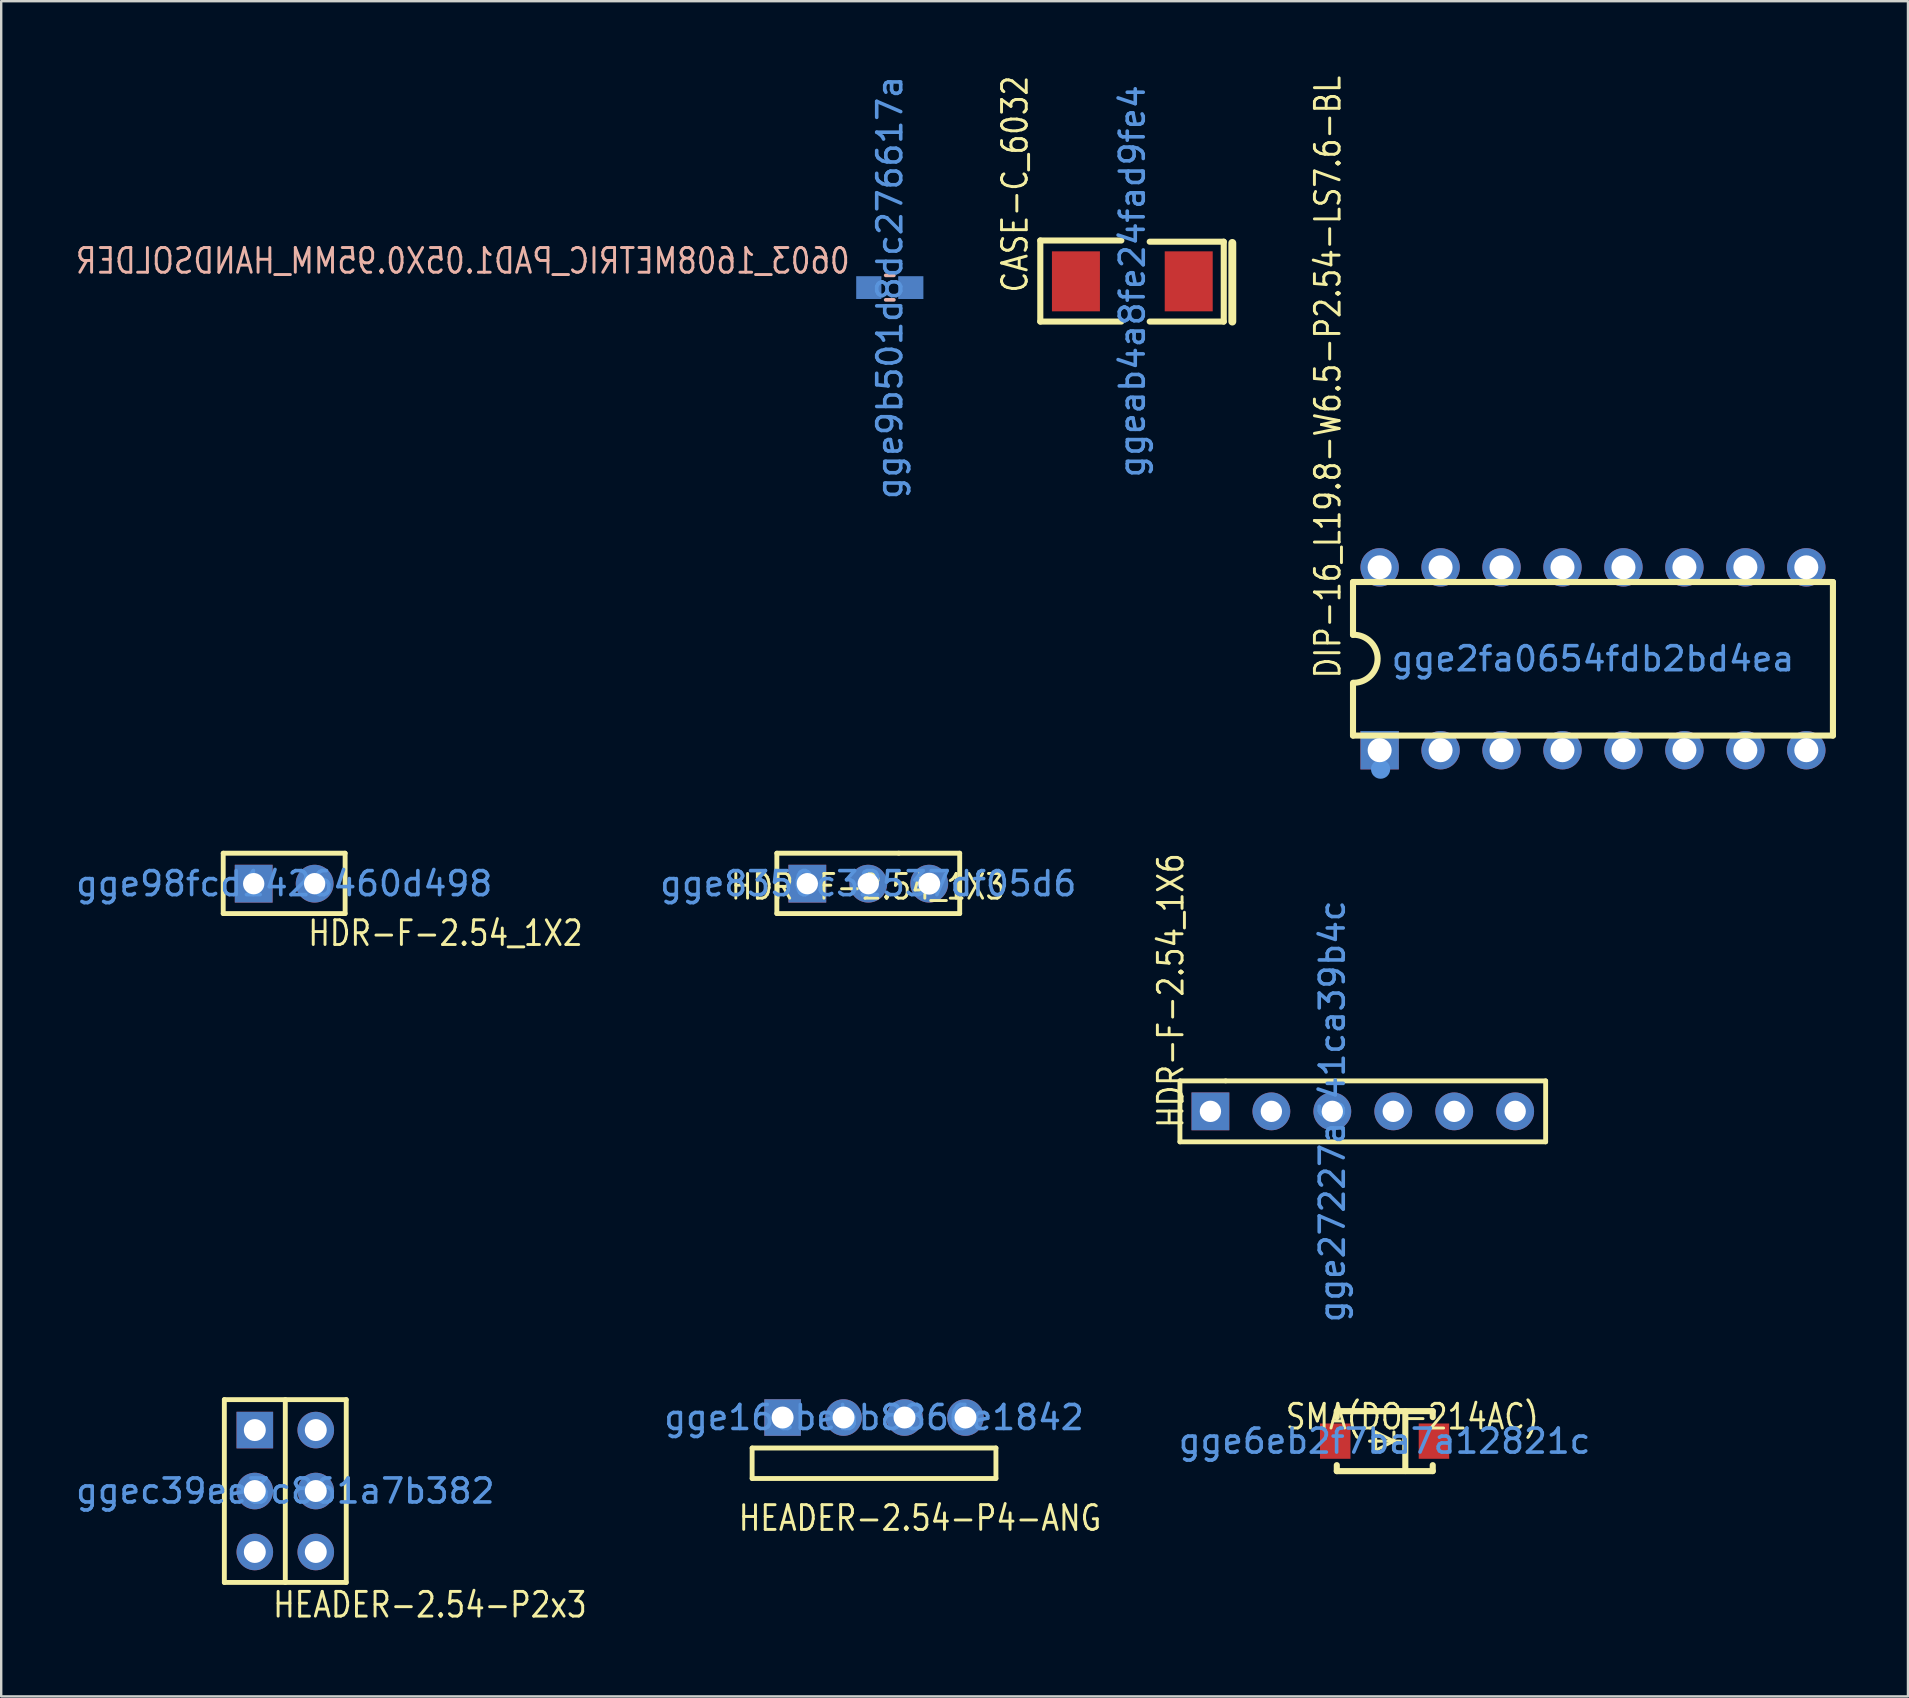
<source format=kicad_pcb>
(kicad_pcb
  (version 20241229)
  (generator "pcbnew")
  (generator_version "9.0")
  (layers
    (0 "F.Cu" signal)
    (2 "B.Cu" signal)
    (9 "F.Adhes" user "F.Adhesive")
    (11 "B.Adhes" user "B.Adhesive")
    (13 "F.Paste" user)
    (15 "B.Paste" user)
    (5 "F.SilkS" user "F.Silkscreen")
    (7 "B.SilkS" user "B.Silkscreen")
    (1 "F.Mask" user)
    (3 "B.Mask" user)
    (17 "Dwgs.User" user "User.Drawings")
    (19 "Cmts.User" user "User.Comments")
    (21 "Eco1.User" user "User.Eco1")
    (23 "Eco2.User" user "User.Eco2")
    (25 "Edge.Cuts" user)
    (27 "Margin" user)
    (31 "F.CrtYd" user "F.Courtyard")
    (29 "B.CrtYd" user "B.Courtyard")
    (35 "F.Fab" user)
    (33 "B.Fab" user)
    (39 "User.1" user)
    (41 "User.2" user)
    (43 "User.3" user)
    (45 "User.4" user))
  (footprint "DIP-16_L19.8-W6.5-P2.54-LS7.6-BL"
    (layer "F.Cu")
    (at 63.333 24.403)
    (property "Reference" "DIP-16_L19.8-W6.5-P2.54-LS7.6-BL" (at -11.049 0.889 90) (layer "F.SilkS") (effects (font (size 1.029 0.857) (thickness 0.122)) (justify left)))
    (fp_line (start -10 -0.998) (end -10 -3.198) (stroke (width 0.254) (type solid)) (layer "F.SilkS"))
    (fp_line (start -10 3.2) (end -10 1) (stroke (width 0.254) (type solid)) (layer "F.SilkS"))
    (fp_line (start 10 -3.2) (end -10 -3.2) (stroke (width 0.254) (type solid)) (layer "F.SilkS"))
    (fp_line (start 10 3.2) (end -10 3.2) (stroke (width 0.254) (type solid)) (layer "F.SilkS"))
    (fp_line (start 10 3.2) (end 10 -3.2) (stroke (width 0.254) (type solid)) (layer "F.SilkS"))
    (fp_arc (start -10 -1) (mid -8.975 -0.025) (end -9.95 1) (stroke (width 0.254) (type solid)) (layer "F.SilkS"))
    (fp_circle (center -8.85 4.6) (end -8.65 4.6) (stroke (width 0.4) (type solid)) (fill no) (layer "Cmts.User"))
    (fp_text user "gge2fa0654fdb2bd4ea" (at 0 0 0) (layer "Cmts.User") (effects (font (size 1 1) (thickness 0.15))))
    (pad "1" thru_hole rect (at -8.89 3.81 90) (size 1.6 1.6) (drill 1) (layers "*.Cu" "*.Paste" "*.Mask"))
    (pad "2" thru_hole circle (at -6.35 3.81 90) (size 1.6 1.6) (drill 1) (layers "*.Cu" "*.Paste" "*.Mask"))
    (pad "3" thru_hole circle (at -3.81 3.81 90) (size 1.6 1.6) (drill 1) (layers "*.Cu" "*.Paste" "*.Mask"))
    (pad "4" thru_hole circle (at -1.27 3.81 90) (size 1.6 1.6) (drill 1) (layers "*.Cu" "*.Paste" "*.Mask"))
    (pad "5" thru_hole circle (at 1.27 3.81 90) (size 1.6 1.6) (drill 1) (layers "*.Cu" "*.Paste" "*.Mask"))
    (pad "6" thru_hole circle (at 3.81 3.81 90) (size 1.6 1.6) (drill 1) (layers "*.Cu" "*.Paste" "*.Mask"))
    (pad "7" thru_hole circle (at 6.35 3.81 90) (size 1.6 1.6) (drill 1) (layers "*.Cu" "*.Paste" "*.Mask"))
    (pad "8" thru_hole circle (at 8.89 3.81 90) (size 1.6 1.6) (drill 1) (layers "*.Cu" "*.Paste" "*.Mask"))
    (pad "9" thru_hole circle (at 8.89 -3.81 90) (size 1.6 1.6) (drill 1) (layers "*.Cu" "*.Paste" "*.Mask"))
    (pad "10" thru_hole circle (at 6.35 -3.81 90) (size 1.6 1.6) (drill 1) (layers "*.Cu" "*.Paste" "*.Mask"))
    (pad "11" thru_hole circle (at 3.81 -3.81 90) (size 1.6 1.6) (drill 1) (layers "*.Cu" "*.Paste" "*.Mask"))
    (pad "12" thru_hole circle (at 1.27 -3.81 90) (size 1.6 1.6) (drill 1) (layers "*.Cu" "*.Paste" "*.Mask"))
    (pad "13" thru_hole circle (at -1.27 -3.81 90) (size 1.6 1.6) (drill 1) (layers "*.Cu" "*.Paste" "*.Mask"))
    (pad "14" thru_hole circle (at -3.81 -3.81 90) (size 1.6 1.6) (drill 1) (layers "*.Cu" "*.Paste" "*.Mask"))
    (pad "15" thru_hole circle (at -6.35 -3.81 90) (size 1.6 1.6) (drill 1) (layers "*.Cu" "*.Paste" "*.Mask"))
    (pad "16" thru_hole circle (at -8.89 -3.81 90) (size 1.6 1.6) (drill 1) (layers "*.Cu" "*.Paste" "*.Mask")))
  (footprint "HDR-F-2.54_1X6"
    (layer "F.Cu")
    (at 52.471 43.263)
    (property "Reference" "HDR-F-2.54_1X6" (at -6.731 0.762 90) (layer "F.SilkS") (effects (font (size 1.029 0.857) (thickness 0.122)) (justify left)))
    (fp_line (start -6.35 -1.27) (end -6.35 1.27) (stroke (width 0.203) (type solid)) (layer "F.SilkS"))
    (fp_line (start -6.35 1.27) (end 8.89 1.27) (stroke (width 0.203) (type solid)) (layer "F.SilkS"))
    (fp_line (start -4.445 -1.27) (end -6.35 -1.27) (stroke (width 0.203) (type solid)) (layer "F.SilkS"))
    (fp_line (start 8.89 -1.27) (end -4.445 -1.27) (stroke (width 0.203) (type solid)) (layer "F.SilkS"))
    (fp_line (start 8.89 1.27) (end 8.89 -1.27) (stroke (width 0.203) (type solid)) (layer "F.SilkS"))
    (fp_text user "gge27227a641ca39b4c" (at 0 0 90) (layer "Cmts.User") (effects (font (size 1 1) (thickness 0.15))))
    (pad "1" thru_hole rect (at -5.08 0) (size 1.575 1.575) (drill 0.889) (layers "*.Cu" "*.Paste" "*.Mask"))
    (pad "2" thru_hole circle (at -2.54 0) (size 1.575 1.575) (drill 0.889) (layers "*.Cu" "*.Paste" "*.Mask"))
    (pad "3" thru_hole circle (at 0 0) (size 1.575 1.575) (drill 0.889) (layers "*.Cu" "*.Paste" "*.Mask"))
    (pad "4" thru_hole circle (at 2.54 0) (size 1.575 1.575) (drill 0.889) (layers "*.Cu" "*.Paste" "*.Mask"))
    (pad "5" thru_hole circle (at 5.08 0) (size 1.575 1.575) (drill 0.889) (layers "*.Cu" "*.Paste" "*.Mask"))
    (pad "6" thru_hole circle (at 7.62 0) (size 1.575 1.575) (drill 0.889) (layers "*.Cu" "*.Paste" "*.Mask")))
  (footprint "SMA(DO-214AC)"
    (layer "F.Cu")
    (at 54.649 57.006)
    (property "Reference" "SMA(DO-214AC)" (at -4.191 -1.016 0) (layer "F.SilkS") (effects (font (size 1.029 0.857) (thickness 0.122)) (justify left)))
    (attr smd)
    (fp_line (start -1.991 -1.25) (end 2.007 -1.25) (stroke (width 0.254) (type solid)) (layer "F.SilkS"))
    (fp_line (start -1.991 -1) (end -1.991 -1.25) (stroke (width 0.254) (type solid)) (layer "F.SilkS"))
    (fp_line (start -1.991 1.25) (end -1.991 1) (stroke (width 0.254) (type solid)) (layer "F.SilkS"))
    (fp_line (start -0.627 0) (end 0.643 0) (stroke (width 0.127) (type solid)) (layer "F.SilkS"))
    (fp_line (start -0.373 -0.381) (end 0.389 0) (stroke (width 0.127) (type solid)) (layer "F.SilkS"))
    (fp_line (start -0.373 0) (end -0.373 -0.381) (stroke (width 0.127) (type solid)) (layer "F.SilkS"))
    (fp_line (start -0.373 0) (end -0.373 0.381) (stroke (width 0.127) (type solid)) (layer "F.SilkS"))
    (fp_line (start -0.373 0.381) (end 0.389 0) (stroke (width 0.127) (type solid)) (layer "F.SilkS"))
    (fp_line (start 0.389 0) (end 0.389 -0.381) (stroke (width 0.127) (type solid)) (layer "F.SilkS"))
    (fp_line (start 0.389 0) (end 0.389 0.381) (stroke (width 0.127) (type solid)) (layer "F.SilkS"))
    (fp_line (start 0.864 -1.245) (end 0.864 1.245) (stroke (width 0.254) (type solid)) (layer "F.SilkS"))
    (fp_line (start 2.007 -1) (end 2.007 -1.25) (stroke (width 0.254) (type solid)) (layer "F.SilkS"))
    (fp_line (start 2.007 1.25) (end -1.991 1.25) (stroke (width 0.254) (type solid)) (layer "F.SilkS"))
    (fp_line (start 2.007 1.25) (end 2.007 1) (stroke (width 0.254) (type solid)) (layer "F.SilkS"))
    (fp_text user "gge6eb2f7ba7a12821c" (at 0 0 0) (layer "Cmts.User") (effects (font (size 1 1) (thickness 0.15))))
    (pad "1" smd rect (at -2.057 0) (size 1.27 1.471) (layers "F.Cu" "F.Mask" "F.Paste"))
    (pad "2" smd rect (at 2.057 0) (size 1.27 1.471) (layers "F.Cu" "F.Mask" "F.Paste")))
  (footprint "HEADER-2.54-P4-ANG"
    (layer "F.Cu")
    (at 33.373 56.022)
    (property "Reference" "HEADER-2.54-P4-ANG" (at -5.715 4.191 0) (layer "F.SilkS") (effects (font (size 1.029 0.857) (thickness 0.122)) (justify left)))
    (fp_line (start -5.08 1.27) (end 5.08 1.27) (stroke (width 0.203) (type solid)) (layer "F.SilkS"))
    (fp_line (start -5.08 2.54) (end -5.08 1.27) (stroke (width 0.203) (type solid)) (layer "F.SilkS"))
    (fp_line (start 5.08 1.27) (end 5.08 2.54) (stroke (width 0.203) (type solid)) (layer "F.SilkS"))
    (fp_line (start 5.08 2.54) (end -5.08 2.54) (stroke (width 0.203) (type solid)) (layer "F.SilkS"))
    (fp_text user "gge16cbebb8866e1842" (at 0 0 0) (layer "Cmts.User") (effects (font (size 1 1) (thickness 0.15))))
    (pad "1" thru_hole rect (at -3.81 0) (size 1.524 1.524) (drill 0.914) (layers "*.Cu" "*.Paste" "*.Mask"))
    (pad "2" thru_hole circle (at -1.27 0) (size 1.524 1.524) (drill 0.914) (layers "*.Cu" "*.Paste" "*.Mask"))
    (pad "3" thru_hole circle (at 1.27 0) (size 1.524 1.524) (drill 0.914) (layers "*.Cu" "*.Paste" "*.Mask"))
    (pad "4" thru_hole circle (at 3.81 0) (size 1.524 1.524) (drill 0.914) (layers "*.Cu" "*.Paste" "*.Mask")))
  (footprint "HEADER-2.54-P2x3"
    (layer "F.Cu")
    (at 8.839 59.085)
    (property "Reference" "HEADER-2.54-P2x3" (at -0.583 4.742 0) (layer "F.SilkS") (effects (font (size 1.029 0.857) (thickness 0.122)) (justify left)))
    (fp_line (start -2.54 -3.81) (end 2.54 -3.81) (stroke (width 0.203) (type solid)) (layer "F.SilkS"))
    (fp_line (start -2.54 3.81) (end -2.54 -3.81) (stroke (width 0.203) (type solid)) (layer "F.SilkS"))
    (fp_line (start 0 -3.81) (end 0 3.81) (stroke (width 0.203) (type solid)) (layer "F.SilkS"))
    (fp_line (start 2.54 -3.81) (end 2.54 3.81) (stroke (width 0.203) (type solid)) (layer "F.SilkS"))
    (fp_line (start 2.54 3.81) (end -2.54 3.81) (stroke (width 0.203) (type solid)) (layer "F.SilkS"))
    (fp_text user "ggec39ee3c861a7b382" (at 0 0 0) (layer "Cmts.User") (effects (font (size 1 1) (thickness 0.15))))
    (pad "1" thru_hole rect (at -1.27 -2.54) (size 1.524 1.524) (drill 0.914) (layers "*.Cu" "*.Paste" "*.Mask"))
    (pad "2" thru_hole circle (at 1.27 -2.54) (size 1.524 1.524) (drill 0.914) (layers "*.Cu" "*.Paste" "*.Mask"))
    (pad "3" thru_hole circle (at -1.27 0) (size 1.524 1.524) (drill 0.914) (layers "*.Cu" "*.Paste" "*.Mask"))
    (pad "4" thru_hole circle (at 1.27 0) (size 1.524 1.524) (drill 0.914) (layers "*.Cu" "*.Paste" "*.Mask"))
    (pad "5" thru_hole circle (at -1.27 2.54) (size 1.524 1.524) (drill 0.914) (layers "*.Cu" "*.Paste" "*.Mask"))
    (pad "6" thru_hole circle (at 1.27 2.54) (size 1.524 1.524) (drill 0.914) (layers "*.Cu" "*.Paste" "*.Mask")))
  (footprint "HDR-F-2.54_1X3"
    (layer "F.Cu")
    (at 33.133 33.775)
    (property "Reference" "HDR-F-2.54_1X3" (at -5.804 0.134 0) (layer "F.SilkS") (effects (font (size 1.029 0.857) (thickness 0.122)) (justify left)))
    (fp_line (start -3.81 -1.27) (end 1.27 -1.27) (stroke (width 0.203) (type solid)) (layer "F.SilkS"))
    (fp_line (start -3.81 1.245) (end -3.81 -1.27) (stroke (width 0.203) (type solid)) (layer "F.SilkS"))
    (fp_line (start 1.27 -1.27) (end 3.81 -1.27) (stroke (width 0.203) (type solid)) (layer "F.SilkS"))
    (fp_line (start 3.81 -1.27) (end 3.81 1.245) (stroke (width 0.203) (type solid)) (layer "F.SilkS"))
    (fp_line (start 3.81 1.245) (end -3.81 1.245) (stroke (width 0.203) (type solid)) (layer "F.SilkS"))
    (fp_text user "gge8350c32537df05d6" (at 0 0 0) (layer "Cmts.User") (effects (font (size 1 1) (thickness 0.15))))
    (pad "1" thru_hole rect (at -2.54 0) (size 1.575 1.575) (drill 0.889) (layers "*.Cu" "*.Paste" "*.Mask"))
    (pad "2" thru_hole circle (at 0 0) (size 1.575 1.575) (drill 0.889) (layers "*.Cu" "*.Paste" "*.Mask"))
    (pad "3" thru_hole circle (at 2.54 0) (size 1.575 1.575) (drill 0.914) (layers "*.Cu" "*.Paste" "*.Mask")))
  (footprint "HDR-F-2.54_1X2"
    (layer "F.Cu")
    (at 8.792 33.775)
    (property "Reference" "HDR-F-2.54_1X2" (at 0.928 2.065 0) (layer "F.SilkS") (effects (font (size 1.029 0.857) (thickness 0.122)) (justify left)))
    (fp_line (start -2.54 -1.27) (end 2.54 -1.27) (stroke (width 0.203) (type solid)) (layer "F.SilkS"))
    (fp_line (start -2.54 1.245) (end -2.54 -1.27) (stroke (width 0.203) (type solid)) (layer "F.SilkS"))
    (fp_line (start 2.54 -1.27) (end 2.54 1.245) (stroke (width 0.203) (type solid)) (layer "F.SilkS"))
    (fp_line (start 2.54 1.245) (end -2.54 1.245) (stroke (width 0.203) (type solid)) (layer "F.SilkS"))
    (fp_text user "gge98fcd1426460d498" (at 0 0 0) (layer "Cmts.User") (effects (font (size 1 1) (thickness 0.15))))
    (pad "1" thru_hole rect (at -1.27 0 270) (size 1.575 1.575) (drill 0.889) (layers "*.Cu" "*.Paste" "*.Mask"))
    (pad "2" thru_hole circle (at 1.27 0 270) (size 1.575 1.575) (drill 0.889) (layers "*.Cu" "*.Paste" "*.Mask")))
  (footprint "0603_1608METRIC_PAD1.05X0.95MM_HANDSOLDER"
    (layer "F.Cu")
    (at 34.03 8.935)
    (property "Reference" "0603_1608METRIC_PAD1.05X0.95MM_HANDSOLDER" (at -1.596 -1.111 180) (layer "B.SilkS") (effects (font (size 1.029 0.857) (thickness 0.122)) (justify left mirror)))
    (attr smd)
    (fp_line (start 0.171 -0.51) (end -0.171 -0.51) (stroke (width 0.152) (type solid)) (layer "B.SilkS"))
    (fp_line (start 0.171 0.51) (end -0.171 0.51) (stroke (width 0.152) (type solid)) (layer "B.SilkS"))
    (fp_text user "gge9b501d8dc276617a" (at 0 0 90) (layer "Cmts.User") (effects (font (size 1 1) (thickness 0.15))))
    (pad "1" smd rect (at 0.875 0 180) (size 1.05 0.95) (layers "B.Cu" "B.Mask" "B.Paste"))
    (pad "2" smd rect (at -0.875 0 180) (size 1.05 0.95) (layers "B.Cu" "B.Mask" "B.Paste")))
  (footprint "CASE-C_6032"
    (layer "F.Cu")
    (at 44.137 8.674)
    (property "Reference" "CASE-C_6032" (at -4.891 0.54 90) (layer "F.SilkS") (effects (font (size 1.029 0.857) (thickness 0.122)) (justify left)))
    (attr smd)
    (fp_line (start -3.835 -1.702) (end -0.457 -1.702) (stroke (width 0.254) (type solid)) (layer "F.SilkS"))
    (fp_line (start -3.835 1.676) (end -3.835 -1.702) (stroke (width 0.254) (type solid)) (layer "F.SilkS"))
    (fp_line (start -0.457 1.676) (end -3.835 1.676) (stroke (width 0.254) (type solid)) (layer "F.SilkS"))
    (fp_line (start 0.724 -1.651) (end 3.81 -1.651) (stroke (width 0.254) (type solid)) (layer "F.SilkS"))
    (fp_line (start 3.81 -1.651) (end 3.81 1.676) (stroke (width 0.254) (type solid)) (layer "F.SilkS"))
    (fp_line (start 3.81 1.676) (end 0.724 1.676) (stroke (width 0.254) (type solid)) (layer "F.SilkS"))
    (fp_line (start 4.166 1.676) (end 4.166 -1.6) (stroke (width 0.33) (type solid)) (layer "F.SilkS"))
    (fp_text user "ggeab4a8fe24fad9fe4" (at 0 0 90) (layer "Cmts.User") (effects (font (size 1 1) (thickness 0.15))))
    (pad "1" smd rect (at 2.35 0 180) (size 2 2.5) (layers "F.Cu" "F.Mask" "F.Paste"))
    (pad "2" smd rect (at -2.35 0 180) (size 2 2.5) (layers "F.Cu" "F.Mask" "F.Paste")))
  (gr_rect
    (start -3 -3)
    (end 76.46 67.643)
    (stroke (width 0.1) (type default))
    (fill no)
    (layer "Edge.Cuts")))
</source>
